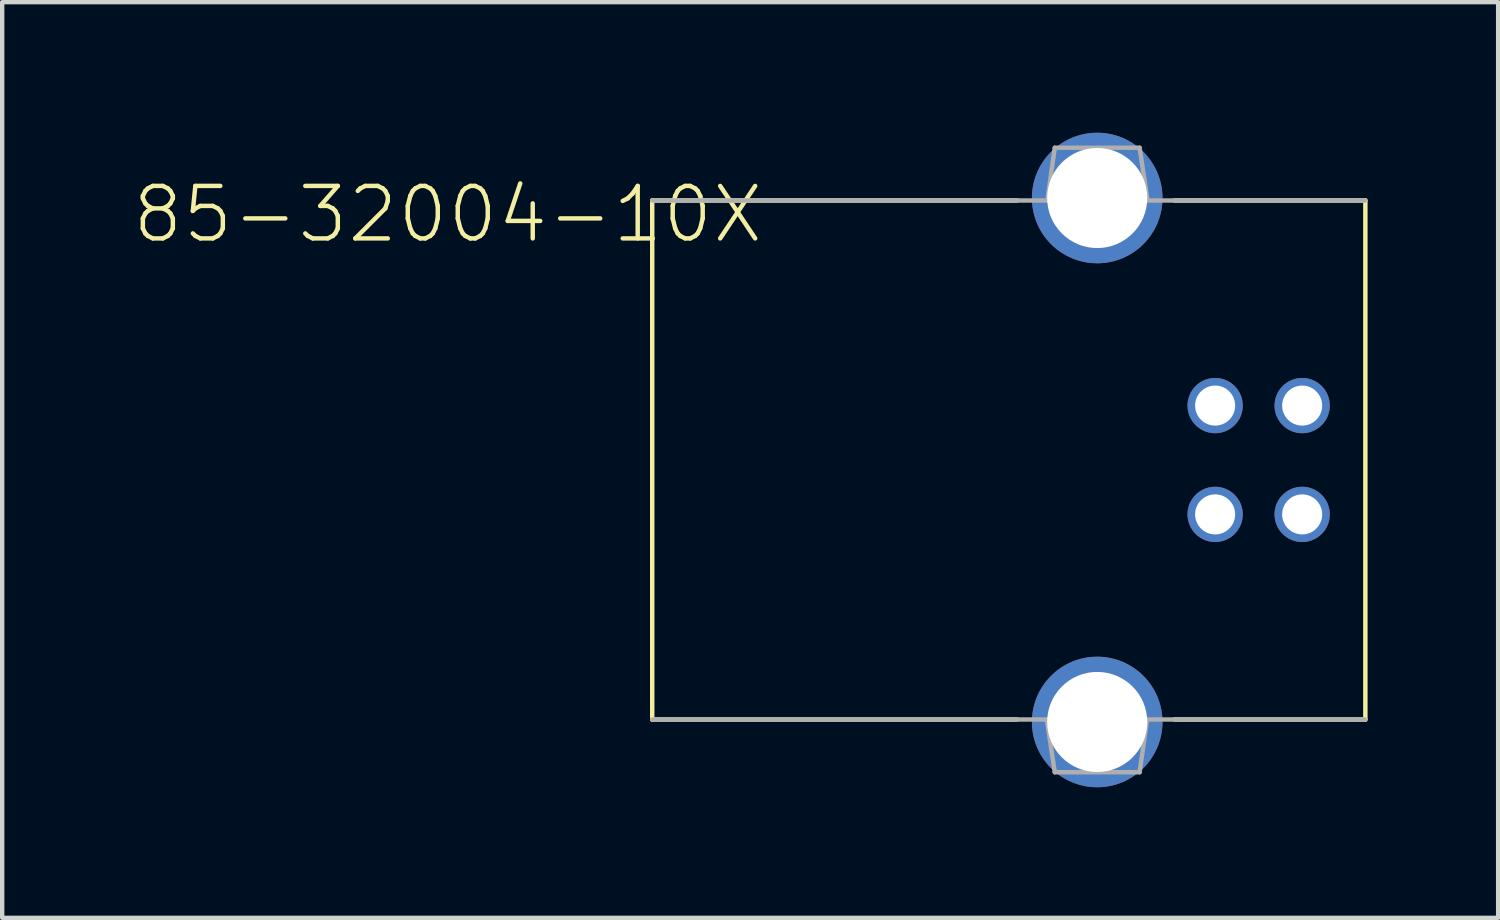
<source format=kicad_pcb>
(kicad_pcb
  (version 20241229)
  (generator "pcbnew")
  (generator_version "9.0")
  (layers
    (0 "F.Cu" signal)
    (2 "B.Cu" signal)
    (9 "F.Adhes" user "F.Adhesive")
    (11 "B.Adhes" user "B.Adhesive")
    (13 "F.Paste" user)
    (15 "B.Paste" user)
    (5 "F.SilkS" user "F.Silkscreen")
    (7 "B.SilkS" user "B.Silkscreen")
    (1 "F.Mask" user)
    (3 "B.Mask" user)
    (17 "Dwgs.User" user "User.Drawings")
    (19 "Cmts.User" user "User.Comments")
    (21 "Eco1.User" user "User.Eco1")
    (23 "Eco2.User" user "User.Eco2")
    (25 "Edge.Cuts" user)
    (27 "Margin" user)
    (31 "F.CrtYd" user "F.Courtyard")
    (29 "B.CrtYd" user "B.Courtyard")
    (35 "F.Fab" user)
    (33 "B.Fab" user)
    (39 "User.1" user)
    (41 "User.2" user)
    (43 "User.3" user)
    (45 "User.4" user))
  (footprint "85-32004-10X"
    (layer "F.Cu")
    (at 22.162 7.52)
    (property "Reference" "85-32004-10X" (at -7.62 -6.35 0) (layer "F.SilkS") (effects (font (size 1.206 1.206) (thickness 0.102)) (justify right top)))
    (attr through_hole)
    (fp_line (start -10.225 -5.963) (end -10.225 5.963) (stroke (width 0.102) (type solid)) (layer "F.SilkS"))
    (fp_line (start -10.225 5.963) (end -1.837 5.963) (stroke (width 0.102) (type solid)) (layer "F.SilkS"))
    (fp_line (start -1.837 -5.963) (end -10.225 -5.963) (stroke (width 0.102) (type solid)) (layer "F.SilkS"))
    (fp_line (start 1.775 5.963) (end 6.162 5.963) (stroke (width 0.102) (type solid)) (layer "F.SilkS"))
    (fp_line (start 6.162 -5.963) (end 1.775 -5.963) (stroke (width 0.102) (type solid)) (layer "F.SilkS"))
    (fp_line (start 6.162 5.963) (end 6.162 -5.963) (stroke (width 0.102) (type solid)) (layer "F.SilkS"))
    (fp_line (start -10.225 5.963) (end 6.162 5.963) (stroke (width 0.102) (type solid)) (layer "F.Fab"))
    (fp_line (start -1.15 6.013) (end -0.975 7.175) (stroke (width 0.102) (type solid)) (layer "F.Fab"))
    (fp_line (start -0.975 -7.175) (end -1.137 -6.025) (stroke (width 0.102) (type solid)) (layer "F.Fab"))
    (fp_line (start -0.975 7.175) (end 0.975 7.175) (stroke (width 0.102) (type solid)) (layer "F.Fab"))
    (fp_line (start 0.975 -7.175) (end -0.975 -7.175) (stroke (width 0.102) (type solid)) (layer "F.Fab"))
    (fp_line (start 0.975 7.175) (end 1.137 6.025) (stroke (width 0.102) (type solid)) (layer "F.Fab"))
    (fp_line (start 1.15 -6.013) (end 0.975 -7.175) (stroke (width 0.102) (type solid)) (layer "F.Fab"))
    (fp_line (start 6.162 -5.963) (end -10.225 -5.963) (stroke (width 0.102) (type solid)) (layer "F.Fab"))
    (pad "1" thru_hole circle (at 4.71 1.25 270) (size 1.27 1.27) (drill 0.92) (layers "*.Cu" "*.Mask"))
    (pad "2" thru_hole circle (at 4.71 -1.25 270) (size 1.27 1.27) (drill 0.92) (layers "*.Cu" "*.Mask"))
    (pad "3" thru_hole circle (at 2.71 -1.25 270) (size 1.27 1.27) (drill 0.92) (layers "*.Cu" "*.Mask"))
    (pad "4" thru_hole circle (at 2.71 1.25 270) (size 1.27 1.27) (drill 0.92) (layers "*.Cu" "*.Mask"))
    (pad "M1" thru_hole circle (at 0 -6.02 270) (size 3 3) (drill 2.3) (layers "*.Cu" "*.Mask"))
    (pad "M2" thru_hole circle (at 0 6.02 270) (size 3 3) (drill 2.3) (layers "*.Cu" "*.Mask")))
  (gr_rect
    (start -3 -3)
    (end 31.375 18.04)
    (stroke (width 0.1) (type default))
    (fill no)
    (layer "Edge.Cuts")))
</source>
